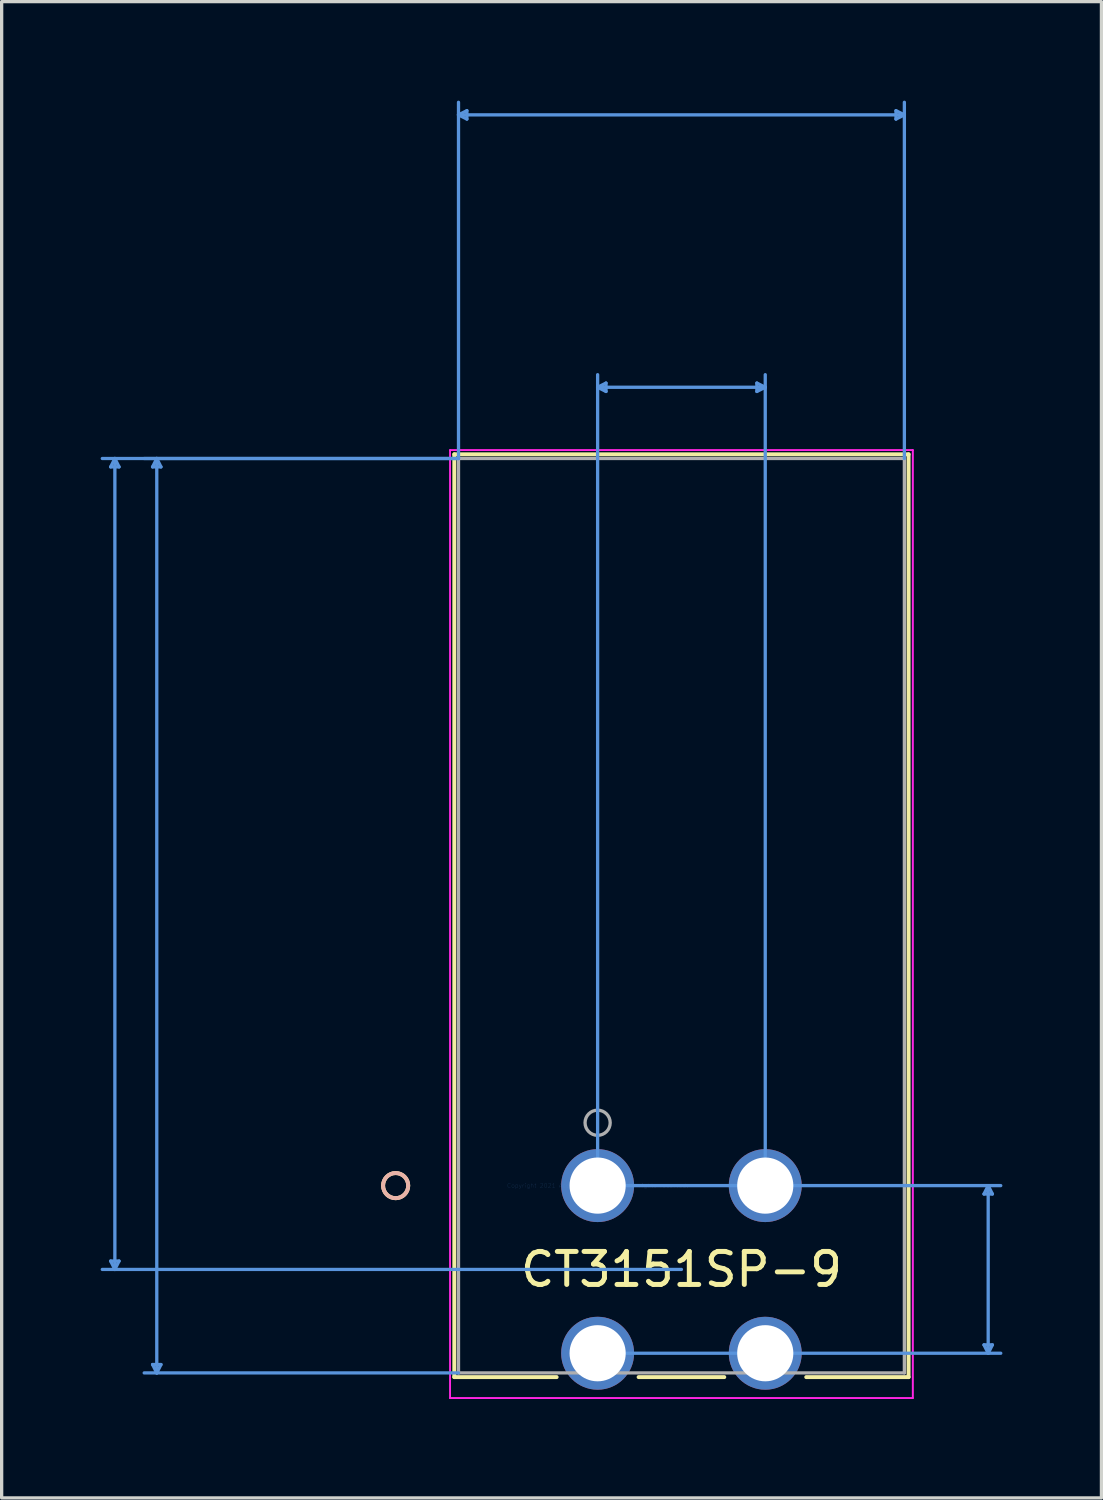
<source format=kicad_pcb>
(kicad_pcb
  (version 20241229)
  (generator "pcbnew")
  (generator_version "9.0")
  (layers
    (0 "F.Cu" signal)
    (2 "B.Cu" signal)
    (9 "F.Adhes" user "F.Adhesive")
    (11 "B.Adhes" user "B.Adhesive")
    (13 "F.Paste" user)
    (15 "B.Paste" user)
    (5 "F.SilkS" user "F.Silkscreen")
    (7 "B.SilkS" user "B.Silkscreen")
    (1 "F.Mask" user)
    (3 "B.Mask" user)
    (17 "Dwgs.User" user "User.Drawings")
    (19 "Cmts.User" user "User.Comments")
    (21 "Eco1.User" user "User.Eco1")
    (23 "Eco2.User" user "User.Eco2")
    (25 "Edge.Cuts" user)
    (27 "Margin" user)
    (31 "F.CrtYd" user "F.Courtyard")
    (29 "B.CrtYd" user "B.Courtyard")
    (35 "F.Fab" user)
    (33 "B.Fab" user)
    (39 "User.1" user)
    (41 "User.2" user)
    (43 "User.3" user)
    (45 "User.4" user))
  (footprint "CT3151SP-9"
    (layer "F.Cu")
    (at 15.061 32.88)
    (property "Reference" "CT3151SP-9" (at 2.54 2.54 0) (layer "F.SilkS") (effects (font (size 1 1) (thickness 0.15))))
    (attr through_hole)
    (fp_line (start -4.343 -22.162) (end -4.343 5.803) (stroke (width 0.12) (type solid)) (layer "F.SilkS"))
    (fp_line (start -4.343 5.803) (end -1.242 5.803) (stroke (width 0.12) (type solid)) (layer "F.SilkS"))
    (fp_line (start 1.242 5.803) (end 3.838 5.803) (stroke (width 0.12) (type solid)) (layer "F.SilkS"))
    (fp_line (start 6.322 5.803) (end 9.423 5.803) (stroke (width 0.12) (type solid)) (layer "F.SilkS"))
    (fp_line (start 9.423 -22.162) (end -4.343 -22.162) (stroke (width 0.12) (type solid)) (layer "F.SilkS"))
    (fp_line (start 9.423 5.803) (end 9.423 -22.162) (stroke (width 0.12) (type solid)) (layer "F.SilkS"))
    (fp_circle (center -6.121 0) (end -5.74 0) (stroke (width 0.12) (type solid)) (fill no) (layer "F.SilkS"))
    (fp_circle (center -6.121 0) (end -5.74 0) (stroke (width 0.12) (type solid)) (fill no) (layer "B.SilkS"))
    (fp_line (start -14.757 -21.781) (end -14.503 -21.781) (stroke (width 0.1) (type solid)) (layer "Cmts.User"))
    (fp_line (start -14.757 2.286) (end -14.503 2.286) (stroke (width 0.1) (type solid)) (layer "Cmts.User"))
    (fp_line (start -14.63 -22.035) (end -14.757 -21.781) (stroke (width 0.1) (type solid)) (layer "Cmts.User"))
    (fp_line (start -14.63 -22.035) (end -14.63 2.54) (stroke (width 0.1) (type solid)) (layer "Cmts.User"))
    (fp_line (start -14.63 -22.035) (end -14.503 -21.781) (stroke (width 0.1) (type solid)) (layer "Cmts.User"))
    (fp_line (start -14.63 2.54) (end -14.757 2.286) (stroke (width 0.1) (type solid)) (layer "Cmts.User"))
    (fp_line (start -14.63 2.54) (end -14.503 2.286) (stroke (width 0.1) (type solid)) (layer "Cmts.User"))
    (fp_line (start -13.487 -21.781) (end -13.233 -21.781) (stroke (width 0.1) (type solid)) (layer "Cmts.User"))
    (fp_line (start -13.487 5.422) (end -13.233 5.422) (stroke (width 0.1) (type solid)) (layer "Cmts.User"))
    (fp_line (start -13.36 -22.035) (end -13.487 -21.781) (stroke (width 0.1) (type solid)) (layer "Cmts.User"))
    (fp_line (start -13.36 -22.035) (end -13.36 5.676) (stroke (width 0.1) (type solid)) (layer "Cmts.User"))
    (fp_line (start -13.36 -22.035) (end -13.233 -21.781) (stroke (width 0.1) (type solid)) (layer "Cmts.User"))
    (fp_line (start -13.36 5.676) (end -13.487 5.422) (stroke (width 0.1) (type solid)) (layer "Cmts.User"))
    (fp_line (start -13.36 5.676) (end -13.233 5.422) (stroke (width 0.1) (type solid)) (layer "Cmts.User"))
    (fp_line (start -4.216 -32.449) (end -3.962 -32.576) (stroke (width 0.1) (type solid)) (layer "Cmts.User"))
    (fp_line (start -4.216 -32.449) (end -3.962 -32.322) (stroke (width 0.1) (type solid)) (layer "Cmts.User"))
    (fp_line (start -4.216 -32.449) (end 9.296 -32.449) (stroke (width 0.1) (type solid)) (layer "Cmts.User"))
    (fp_line (start -4.216 -22.035) (end -15.011 -22.035) (stroke (width 0.1) (type solid)) (layer "Cmts.User"))
    (fp_line (start -4.216 -22.035) (end -13.741 -22.035) (stroke (width 0.1) (type solid)) (layer "Cmts.User"))
    (fp_line (start -4.216 -22.035) (end -4.216 -32.83) (stroke (width 0.1) (type solid)) (layer "Cmts.User"))
    (fp_line (start -4.216 5.676) (end -13.741 5.676) (stroke (width 0.1) (type solid)) (layer "Cmts.User"))
    (fp_line (start -3.962 -32.576) (end -3.962 -32.322) (stroke (width 0.1) (type solid)) (layer "Cmts.User"))
    (fp_line (start 0 -24.194) (end 0.254 -24.321) (stroke (width 0.1) (type solid)) (layer "Cmts.User"))
    (fp_line (start 0 -24.194) (end 0.254 -24.067) (stroke (width 0.1) (type solid)) (layer "Cmts.User"))
    (fp_line (start 0 -24.194) (end 5.08 -24.194) (stroke (width 0.1) (type solid)) (layer "Cmts.User"))
    (fp_line (start 0 0) (end 0 -24.575) (stroke (width 0.1) (type solid)) (layer "Cmts.User"))
    (fp_line (start 0 0) (end 12.217 0) (stroke (width 0.1) (type solid)) (layer "Cmts.User"))
    (fp_line (start 0 5.08) (end 12.217 5.08) (stroke (width 0.1) (type solid)) (layer "Cmts.User"))
    (fp_line (start 0.254 -24.321) (end 0.254 -24.067) (stroke (width 0.1) (type solid)) (layer "Cmts.User"))
    (fp_line (start 2.54 2.54) (end -15.011 2.54) (stroke (width 0.1) (type solid)) (layer "Cmts.User"))
    (fp_line (start 4.826 -24.321) (end 4.826 -24.067) (stroke (width 0.1) (type solid)) (layer "Cmts.User"))
    (fp_line (start 5.08 -24.194) (end 4.826 -24.321) (stroke (width 0.1) (type solid)) (layer "Cmts.User"))
    (fp_line (start 5.08 -24.194) (end 4.826 -24.067) (stroke (width 0.1) (type solid)) (layer "Cmts.User"))
    (fp_line (start 5.08 0) (end 5.08 -24.575) (stroke (width 0.1) (type solid)) (layer "Cmts.User"))
    (fp_line (start 9.042 -32.576) (end 9.042 -32.322) (stroke (width 0.1) (type solid)) (layer "Cmts.User"))
    (fp_line (start 9.296 -32.449) (end 9.042 -32.576) (stroke (width 0.1) (type solid)) (layer "Cmts.User"))
    (fp_line (start 9.296 -32.449) (end 9.042 -32.322) (stroke (width 0.1) (type solid)) (layer "Cmts.User"))
    (fp_line (start 9.296 -22.035) (end 9.296 -32.83) (stroke (width 0.1) (type solid)) (layer "Cmts.User"))
    (fp_line (start 11.709 0.254) (end 11.963 0.254) (stroke (width 0.1) (type solid)) (layer "Cmts.User"))
    (fp_line (start 11.709 4.826) (end 11.963 4.826) (stroke (width 0.1) (type solid)) (layer "Cmts.User"))
    (fp_line (start 11.836 0) (end 11.709 0.254) (stroke (width 0.1) (type solid)) (layer "Cmts.User"))
    (fp_line (start 11.836 0) (end 11.836 5.08) (stroke (width 0.1) (type solid)) (layer "Cmts.User"))
    (fp_line (start 11.836 0) (end 11.963 0.254) (stroke (width 0.1) (type solid)) (layer "Cmts.User"))
    (fp_line (start 11.836 5.08) (end 11.709 4.826) (stroke (width 0.1) (type solid)) (layer "Cmts.User"))
    (fp_line (start 11.836 5.08) (end 11.963 4.826) (stroke (width 0.1) (type solid)) (layer "Cmts.User"))
    (fp_line (start -4.47 -22.289) (end -4.47 6.439) (stroke (width 0.05) (type solid)) (layer "F.CrtYd"))
    (fp_line (start -4.47 -22.289) (end -4.47 6.439) (stroke (width 0.05) (type solid)) (layer "F.CrtYd"))
    (fp_line (start -4.47 6.439) (end 9.55 6.439) (stroke (width 0.05) (type solid)) (layer "F.CrtYd"))
    (fp_line (start -4.47 6.439) (end 9.55 6.439) (stroke (width 0.05) (type solid)) (layer "F.CrtYd"))
    (fp_line (start 9.55 -22.289) (end -4.47 -22.289) (stroke (width 0.05) (type solid)) (layer "F.CrtYd"))
    (fp_line (start 9.55 -22.289) (end -4.47 -22.289) (stroke (width 0.05) (type solid)) (layer "F.CrtYd"))
    (fp_line (start 9.55 6.439) (end 9.55 -22.289) (stroke (width 0.05) (type solid)) (layer "F.CrtYd"))
    (fp_line (start 9.55 6.439) (end 9.55 -22.289) (stroke (width 0.05) (type solid)) (layer "F.CrtYd"))
    (fp_line (start -4.216 -22.035) (end -4.216 5.676) (stroke (width 0.1) (type solid)) (layer "F.Fab"))
    (fp_line (start -4.216 5.676) (end 9.296 5.676) (stroke (width 0.1) (type solid)) (layer "F.Fab"))
    (fp_line (start 9.296 -22.035) (end -4.216 -22.035) (stroke (width 0.1) (type solid)) (layer "F.Fab"))
    (fp_line (start 9.296 5.676) (end 9.296 -22.035) (stroke (width 0.1) (type solid)) (layer "F.Fab"))
    (fp_circle (center 0 -1.905) (end 0.381 -1.905) (stroke (width 0.1) (type solid)) (fill no) (layer "F.Fab"))
    (fp_text user "*" (at 0 0 0) (layer "F.SilkS") (effects (font (size 1 1) (thickness 0.15))))
    (fp_text user "Copyright 2021 Accelerated Designs. All rights reserved." (at 0 0 0) (layer "Cmts.User") (effects (font (size 0.127 0.127) (thickness 0.002))))
    (fp_text user "*" (at 0 0 0) (layer "F.Fab") (effects (font (size 1 1) (thickness 0.15))))
    (pad "1" thru_hole circle (at 0 0) (size 2.21 2.21) (drill 1.702) (layers "*.Cu" "*.Mask"))
    (pad "2" thru_hole circle (at 5.08 0) (size 2.21 2.21) (drill 1.702) (layers "*.Cu" "*.Mask"))
    (pad "3" thru_hole circle (at 0 5.08) (size 2.21 2.21) (drill 1.702) (layers "*.Cu" "*.Mask"))
    (pad "4" thru_hole circle (at 5.08 5.08) (size 2.21 2.21) (drill 1.702) (layers "*.Cu" "*.Mask")))
  (gr_rect
    (start -3 -3)
    (end 30.329 42.344)
    (stroke (width 0.1) (type default))
    (fill no)
    (layer "Edge.Cuts")))
</source>
